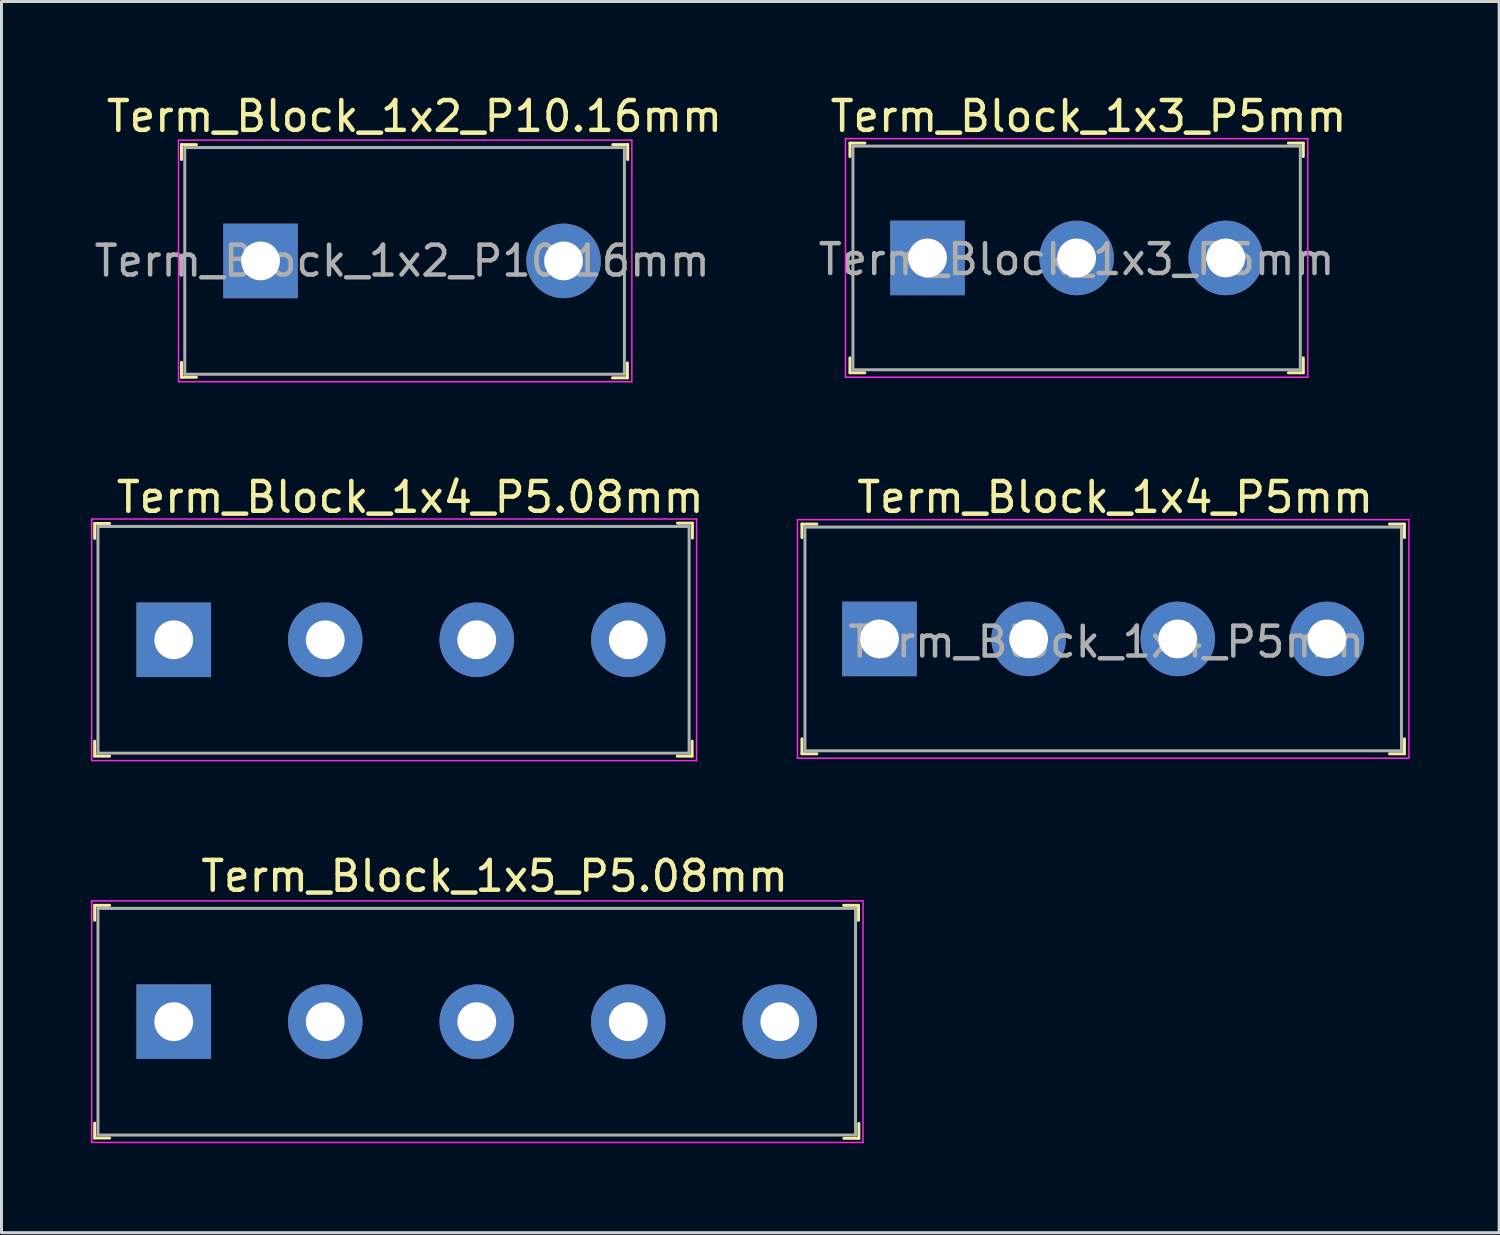
<source format=kicad_pcb>
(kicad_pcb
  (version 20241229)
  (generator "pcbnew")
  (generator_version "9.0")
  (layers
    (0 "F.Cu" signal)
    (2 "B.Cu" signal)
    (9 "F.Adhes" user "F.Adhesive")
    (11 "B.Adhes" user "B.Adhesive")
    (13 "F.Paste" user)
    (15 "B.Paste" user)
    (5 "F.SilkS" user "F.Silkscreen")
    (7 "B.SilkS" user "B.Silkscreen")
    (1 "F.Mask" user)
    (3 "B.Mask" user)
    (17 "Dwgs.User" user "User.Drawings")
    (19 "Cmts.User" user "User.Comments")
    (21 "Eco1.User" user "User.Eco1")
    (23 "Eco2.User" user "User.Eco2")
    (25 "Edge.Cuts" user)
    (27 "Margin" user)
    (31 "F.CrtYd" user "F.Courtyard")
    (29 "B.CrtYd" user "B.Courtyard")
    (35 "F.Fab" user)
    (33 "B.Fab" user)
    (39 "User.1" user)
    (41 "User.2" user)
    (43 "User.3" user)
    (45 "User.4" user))
  (footprint "Term_Block_1x4_P5.08mm"
    (layer "F.Cu")
    (at 2.775 18.401)
    (property "Reference" "Term_Block_1x4_P5.08mm" (at 7.93 -4.78 0) (layer "F.SilkS") (effects (font (size 1 1) (thickness 0.15))))
    (attr through_hole)
    (fp_line (start -2.65 -3.9) (end -2.65 -3.4) (stroke (width 0.1) (type solid)) (layer "F.SilkS"))
    (fp_line (start -2.65 -3.9) (end -2.15 -3.9) (stroke (width 0.1) (type solid)) (layer "F.SilkS"))
    (fp_line (start -2.65 3.4) (end -2.65 3.9) (stroke (width 0.1) (type solid)) (layer "F.SilkS"))
    (fp_line (start -2.65 3.9) (end -2.15 3.9) (stroke (width 0.1) (type solid)) (layer "F.SilkS"))
    (fp_line (start 17.38 3.4) (end 17.38 3.9) (stroke (width 0.1) (type solid)) (layer "F.SilkS"))
    (fp_line (start 17.38 3.9) (end 16.88 3.9) (stroke (width 0.1) (type solid)) (layer "F.SilkS"))
    (fp_line (start 17.39 -3.91) (end 16.89 -3.91) (stroke (width 0.1) (type solid)) (layer "F.SilkS"))
    (fp_line (start 17.39 -3.91) (end 17.39 -3.41) (stroke (width 0.1) (type solid)) (layer "F.SilkS"))
    (fp_line (start -2.75 -4.05) (end -2.75 4.05) (stroke (width 0.05) (type solid)) (layer "F.CrtYd"))
    (fp_line (start 17.53 -4.05) (end -2.75 -4.05) (stroke (width 0.05) (type solid)) (layer "F.CrtYd"))
    (fp_line (start 17.53 -4.05) (end 17.53 4.05) (stroke (width 0.05) (type solid)) (layer "F.CrtYd"))
    (fp_line (start 17.53 4.05) (end -2.75 4.05) (stroke (width 0.05) (type solid)) (layer "F.CrtYd"))
    (fp_line (start -2.54 -3.8) (end -2.54 3.8) (stroke (width 0.1) (type solid)) (layer "F.Fab"))
    (fp_line (start -2.54 -3.8) (end 17.28 -3.8) (stroke (width 0.1) (type solid)) (layer "F.Fab"))
    (fp_line (start -2.54 3.8) (end 17.28 3.8) (stroke (width 0.1) (type solid)) (layer "F.Fab"))
    (fp_line (start 17.28 -3.8) (end 17.28 3.8) (stroke (width 0.1) (type solid)) (layer "F.Fab"))
    (pad "1" thru_hole rect (at 0 0) (size 2.5 2.5) (drill 1.3) (layers "*.Cu" "*.Mask"))
    (pad "2" thru_hole circle (at 5.08 0) (size 2.5 2.5) (drill 1.3) (layers "*.Cu" "*.Mask"))
    (pad "3" thru_hole circle (at 10.16 0) (size 2.5 2.5) (drill 1.3) (layers "*.Cu" "*.Mask"))
    (pad "4" thru_hole circle (at 15.24 0) (size 2.5 2.5) (drill 1.3) (layers "*.Cu" "*.Mask")))
  (footprint "Term_Block_1x4_P5mm"
    (layer "F.Cu")
    (at 26.438 18.372)
    (property "Reference" "Term_Block_1x4_P5mm" (at 7.9 -4.75 0) (layer "F.SilkS") (effects (font (size 1 1) (thickness 0.15))))
    (attr through_hole)
    (fp_line (start -2.6 -3.85) (end -2.6 -3.4) (stroke (width 0.1) (type solid)) (layer "F.SilkS"))
    (fp_line (start -2.6 -3.85) (end -2.1 -3.85) (stroke (width 0.1) (type solid)) (layer "F.SilkS"))
    (fp_line (start -2.6 3.85) (end -2.6 3.35) (stroke (width 0.1) (type solid)) (layer "F.SilkS"))
    (fp_line (start -2.6 3.85) (end -2.1 3.85) (stroke (width 0.1) (type solid)) (layer "F.SilkS"))
    (fp_line (start 17.6 -3.85) (end 17.1 -3.85) (stroke (width 0.1) (type solid)) (layer "F.SilkS"))
    (fp_line (start 17.6 -3.85) (end 17.6 -3.4) (stroke (width 0.1) (type solid)) (layer "F.SilkS"))
    (fp_line (start 17.6 3.85) (end 17.1 3.85) (stroke (width 0.1) (type solid)) (layer "F.SilkS"))
    (fp_line (start 17.6 3.85) (end 17.6 3.35) (stroke (width 0.1) (type solid)) (layer "F.SilkS"))
    (fp_line (start -2.75 -4) (end -2.75 4) (stroke (width 0.05) (type solid)) (layer "F.CrtYd"))
    (fp_line (start -2.75 -4) (end 17.75 -4) (stroke (width 0.05) (type solid)) (layer "F.CrtYd"))
    (fp_line (start -2.75 4) (end 17.75 4) (stroke (width 0.05) (type solid)) (layer "F.CrtYd"))
    (fp_line (start 17.75 -4) (end 17.75 4) (stroke (width 0.05) (type solid)) (layer "F.CrtYd"))
    (fp_line (start -2.5 -3.75) (end -2.5 3.75) (stroke (width 0.1) (type solid)) (layer "F.Fab"))
    (fp_line (start 17.5 -3.75) (end -2.5 -3.75) (stroke (width 0.1) (type solid)) (layer "F.Fab"))
    (fp_line (start 17.5 -3.75) (end 17.5 3.75) (stroke (width 0.1) (type solid)) (layer "F.Fab"))
    (fp_line (start 17.5 3.75) (end -2.5 3.75) (stroke (width 0.1) (type solid)) (layer "F.Fab"))
    (fp_text user "${REFERENCE}" (at 7.6 0.1 0) (layer "F.Fab") (effects (font (size 1 1) (thickness 0.15))))
    (pad "1" thru_hole rect (at 0 0) (size 2.5 2.5) (drill 1.3) (layers "*.Cu" "*.Mask"))
    (pad "2" thru_hole circle (at 5 0) (size 2.5 2.5) (drill 1.3) (layers "*.Cu" "*.Mask"))
    (pad "3" thru_hole circle (at 10 0) (size 2.5 2.5) (drill 1.3) (layers "*.Cu" "*.Mask"))
    (pad "4" thru_hole circle (at 15 0) (size 2.5 2.5) (drill 1.3) (layers "*.Cu" "*.Mask")))
  (footprint "Term_Block_1x5_P5.08mm"
    (layer "F.Cu")
    (at 2.775 31.205)
    (property "Reference" "Term_Block_1x5_P5.08mm" (at 10.76 -4.88 0) (layer "F.SilkS") (effects (font (size 1 1) (thickness 0.15))))
    (attr through_hole)
    (fp_line (start -2.65 -3.9) (end -2.65 -3.4) (stroke (width 0.1) (type solid)) (layer "F.SilkS"))
    (fp_line (start -2.65 -3.9) (end -2.15 -3.9) (stroke (width 0.1) (type solid)) (layer "F.SilkS"))
    (fp_line (start -2.65 3.4) (end -2.65 3.9) (stroke (width 0.1) (type solid)) (layer "F.SilkS"))
    (fp_line (start -2.65 3.9) (end -2.15 3.9) (stroke (width 0.1) (type solid)) (layer "F.SilkS"))
    (fp_line (start 22.96 -3.9) (end 22.46 -3.9) (stroke (width 0.1) (type solid)) (layer "F.SilkS"))
    (fp_line (start 22.96 -3.9) (end 22.96 -3.4) (stroke (width 0.1) (type solid)) (layer "F.SilkS"))
    (fp_line (start 22.97 3.41) (end 22.97 3.91) (stroke (width 0.1) (type solid)) (layer "F.SilkS"))
    (fp_line (start 22.97 3.91) (end 22.47 3.91) (stroke (width 0.1) (type solid)) (layer "F.SilkS"))
    (fp_line (start -2.75 -4.05) (end -2.75 4.05) (stroke (width 0.05) (type solid)) (layer "F.CrtYd"))
    (fp_line (start 23.11 -4.05) (end -2.75 -4.05) (stroke (width 0.05) (type solid)) (layer "F.CrtYd"))
    (fp_line (start 23.11 -4.05) (end 23.11 4.05) (stroke (width 0.05) (type solid)) (layer "F.CrtYd"))
    (fp_line (start 23.11 4.05) (end -2.75 4.05) (stroke (width 0.05) (type solid)) (layer "F.CrtYd"))
    (fp_line (start -2.54 -3.8) (end -2.54 3.8) (stroke (width 0.1) (type solid)) (layer "F.Fab"))
    (fp_line (start -2.54 -3.8) (end 22.86 -3.8) (stroke (width 0.1) (type solid)) (layer "F.Fab"))
    (fp_line (start -2.54 3.8) (end 22.86 3.8) (stroke (width 0.1) (type solid)) (layer "F.Fab"))
    (fp_line (start 22.86 -3.8) (end 22.86 3.8) (stroke (width 0.1) (type solid)) (layer "F.Fab"))
    (pad "1" thru_hole rect (at 0 0) (size 2.5 2.5) (drill 1.3) (layers "*.Cu" "*.Mask"))
    (pad "2" thru_hole circle (at 5.08 0) (size 2.5 2.5) (drill 1.3) (layers "*.Cu" "*.Mask"))
    (pad "3" thru_hole circle (at 10.16 0) (size 2.5 2.5) (drill 1.3) (layers "*.Cu" "*.Mask"))
    (pad "4" thru_hole circle (at 15.24 0) (size 2.5 2.5) (drill 1.3) (layers "*.Cu" "*.Mask"))
    (pad "5" thru_hole circle (at 20.32 0) (size 2.5 2.5) (drill 1.3) (layers "*.Cu" "*.Mask")))
  (footprint "Term_Block_1x3_P5mm"
    (layer "F.Cu")
    (at 28.047 5.598)
    (property "Reference" "Term_Block_1x3_P5mm" (at 5.4 -4.75 0) (layer "F.SilkS") (effects (font (size 1 1) (thickness 0.15))))
    (attr through_hole)
    (fp_line (start -2.6 -3.85) (end -2.6 -3.4) (stroke (width 0.1) (type solid)) (layer "F.SilkS"))
    (fp_line (start -2.6 -3.85) (end -2.1 -3.85) (stroke (width 0.1) (type solid)) (layer "F.SilkS"))
    (fp_line (start -2.6 3.85) (end -2.6 3.35) (stroke (width 0.1) (type solid)) (layer "F.SilkS"))
    (fp_line (start -2.6 3.85) (end -2.1 3.85) (stroke (width 0.1) (type solid)) (layer "F.SilkS"))
    (fp_line (start 12.6 -3.85) (end 12.1 -3.85) (stroke (width 0.1) (type solid)) (layer "F.SilkS"))
    (fp_line (start 12.6 -3.85) (end 12.6 -3.4) (stroke (width 0.1) (type solid)) (layer "F.SilkS"))
    (fp_line (start 12.6 3.85) (end 12.1 3.85) (stroke (width 0.1) (type solid)) (layer "F.SilkS"))
    (fp_line (start 12.6 3.85) (end 12.6 3.35) (stroke (width 0.1) (type solid)) (layer "F.SilkS"))
    (fp_line (start -2.75 -4) (end -2.75 4) (stroke (width 0.05) (type solid)) (layer "F.CrtYd"))
    (fp_line (start -2.75 -4) (end 12.75 -4) (stroke (width 0.05) (type solid)) (layer "F.CrtYd"))
    (fp_line (start -2.75 4) (end 12.75 4) (stroke (width 0.05) (type solid)) (layer "F.CrtYd"))
    (fp_line (start 12.75 -4) (end 12.75 4) (stroke (width 0.05) (type solid)) (layer "F.CrtYd"))
    (fp_line (start -2.5 -3.75) (end -2.5 3.75) (stroke (width 0.1) (type solid)) (layer "F.Fab"))
    (fp_line (start 12.5 -3.75) (end -2.5 -3.75) (stroke (width 0.1) (type solid)) (layer "F.Fab"))
    (fp_line (start 12.5 -3.75) (end 12.5 3.75) (stroke (width 0.1) (type solid)) (layer "F.Fab"))
    (fp_line (start 12.5 3.75) (end -2.5 3.75) (stroke (width 0.1) (type solid)) (layer "F.Fab"))
    (fp_text user "${REFERENCE}" (at 5 0.05 0) (layer "F.Fab") (effects (font (size 1 1) (thickness 0.15))))
    (pad "1" thru_hole rect (at 0 0) (size 2.5 2.5) (drill 1.3) (layers "*.Cu" "*.Mask"))
    (pad "2" thru_hole circle (at 5 0) (size 2.5 2.5) (drill 1.3) (layers "*.Cu" "*.Mask"))
    (pad "3" thru_hole circle (at 10 0) (size 2.5 2.5) (drill 1.3) (layers "*.Cu" "*.Mask")))
  (footprint "Term_Block_1x2_P10.16mm"
    (layer "F.Cu")
    (at 5.685 5.698)
    (property "Reference" "Term_Block_1x2_P10.16mm" (at 5.16 -4.85 0) (layer "F.SilkS") (effects (font (size 1 1) (thickness 0.15))))
    (attr through_hole)
    (fp_line (start -2.65 -3.9) (end -2.65 -3.4) (stroke (width 0.1) (type solid)) (layer "F.SilkS"))
    (fp_line (start -2.65 -3.9) (end -2.15 -3.9) (stroke (width 0.1) (type solid)) (layer "F.SilkS"))
    (fp_line (start -2.65 3.4) (end -2.65 3.9) (stroke (width 0.1) (type solid)) (layer "F.SilkS"))
    (fp_line (start -2.65 3.9) (end -2.15 3.9) (stroke (width 0.1) (type solid)) (layer "F.SilkS"))
    (fp_line (start 12.3 3.42) (end 12.3 3.92) (stroke (width 0.1) (type solid)) (layer "F.SilkS"))
    (fp_line (start 12.3 3.92) (end 11.8 3.92) (stroke (width 0.1) (type solid)) (layer "F.SilkS"))
    (fp_line (start 12.31 -3.9) (end 11.81 -3.9) (stroke (width 0.1) (type solid)) (layer "F.SilkS"))
    (fp_line (start 12.31 -3.9) (end 12.31 -3.4) (stroke (width 0.1) (type solid)) (layer "F.SilkS"))
    (fp_line (start -2.75 -4.05) (end -2.75 4.05) (stroke (width 0.05) (type solid)) (layer "F.CrtYd"))
    (fp_line (start 12.45 -4.05) (end -2.75 -4.05) (stroke (width 0.05) (type solid)) (layer "F.CrtYd"))
    (fp_line (start 12.45 -4.05) (end 12.45 4.05) (stroke (width 0.05) (type solid)) (layer "F.CrtYd"))
    (fp_line (start 12.45 4.05) (end -2.75 4.05) (stroke (width 0.05) (type solid)) (layer "F.CrtYd"))
    (fp_line (start -2.54 -3.8) (end -2.54 3.8) (stroke (width 0.1) (type solid)) (layer "F.Fab"))
    (fp_line (start -2.54 -3.8) (end 12.2 -3.8) (stroke (width 0.1) (type solid)) (layer "F.Fab"))
    (fp_line (start -2.54 3.8) (end 12.2 3.8) (stroke (width 0.1) (type solid)) (layer "F.Fab"))
    (fp_line (start 12.2 -3.8) (end 12.2 3.8) (stroke (width 0.1) (type solid)) (layer "F.Fab"))
    (fp_text user "${REFERENCE}" (at 4.75 0 0) (layer "F.Fab") (effects (font (size 1 1) (thickness 0.15))))
    (pad "1" thru_hole rect (at 0 0) (size 2.5 2.5) (drill 1.3) (layers "*.Cu" "*.Mask"))
    (pad "2" thru_hole circle (at 10.16 0) (size 2.5 2.5) (drill 1.3) (layers "*.Cu" "*.Mask")))
  (gr_rect
    (start -3 -3)
    (end 47.213 38.28)
    (stroke (width 0.1) (type default))
    (fill no)
    (layer "Edge.Cuts")))
</source>
